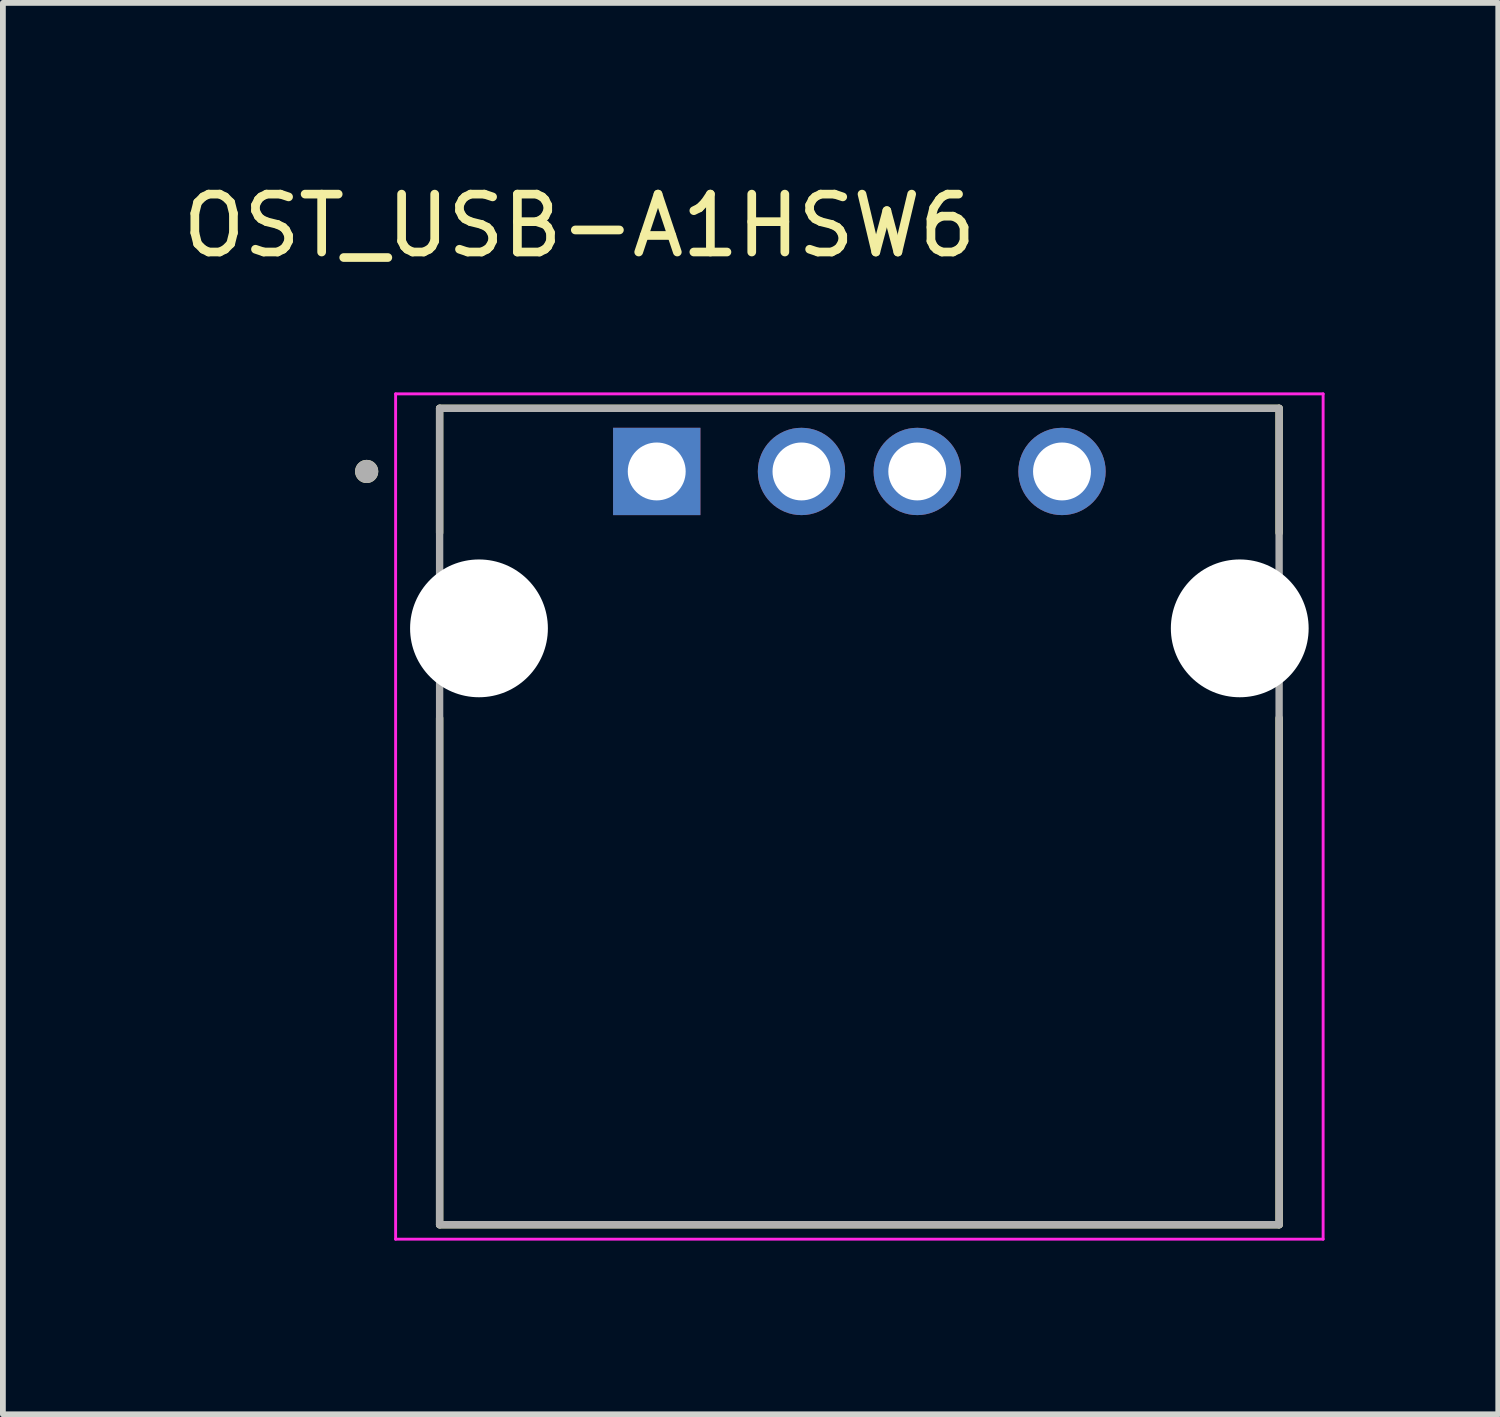
<source format=kicad_pcb>
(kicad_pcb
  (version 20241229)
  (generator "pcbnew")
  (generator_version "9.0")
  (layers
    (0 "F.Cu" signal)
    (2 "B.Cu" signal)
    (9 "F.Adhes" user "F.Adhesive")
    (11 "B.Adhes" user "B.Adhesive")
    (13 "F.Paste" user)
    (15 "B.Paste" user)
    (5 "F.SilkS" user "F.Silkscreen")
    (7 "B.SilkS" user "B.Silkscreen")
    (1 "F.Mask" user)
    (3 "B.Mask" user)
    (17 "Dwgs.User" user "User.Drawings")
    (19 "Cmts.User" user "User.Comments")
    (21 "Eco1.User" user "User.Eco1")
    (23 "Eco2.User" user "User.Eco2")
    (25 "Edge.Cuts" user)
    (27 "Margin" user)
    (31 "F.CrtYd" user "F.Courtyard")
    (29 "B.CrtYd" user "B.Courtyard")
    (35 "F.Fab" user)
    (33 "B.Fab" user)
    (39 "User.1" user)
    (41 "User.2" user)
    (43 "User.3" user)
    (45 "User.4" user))
  (footprint "OST_USB-A1HSW6"
    (layer "F.Cu")
    (at 11.793 7.803)
    (property "Reference" "OST_USB-A1HSW6" (at -4.835 -6.955 0) (layer "F.SilkS") (effects (font (size 1 1) (thickness 0.15))))
    (attr through_hole)
    (fp_line (start -7.25 -3.8) (end -7.25 -1.65) (stroke (width 0.127) (type solid)) (layer "F.SilkS"))
    (fp_line (start -7.25 -3.8) (end 7.25 -3.8) (stroke (width 0.127) (type solid)) (layer "F.SilkS"))
    (fp_line (start -7.25 1.55) (end -7.25 10.3) (stroke (width 0.127) (type solid)) (layer "F.SilkS"))
    (fp_line (start -7.25 10.3) (end 7.25 10.3) (stroke (width 0.127) (type solid)) (layer "F.SilkS"))
    (fp_line (start 7.25 -3.8) (end 7.25 -1.65) (stroke (width 0.127) (type solid)) (layer "F.SilkS"))
    (fp_line (start 7.25 10.3) (end 7.25 1.55) (stroke (width 0.127) (type solid)) (layer "F.SilkS"))
    (fp_circle (center -8.51 -2.71) (end -8.41 -2.71) (stroke (width 0.2) (type solid)) (fill no) (layer "F.SilkS"))
    (fp_line (start -8.01 -4.05) (end -8.01 10.55) (stroke (width 0.05) (type solid)) (layer "F.CrtYd"))
    (fp_line (start -8.01 10.55) (end 8.01 10.55) (stroke (width 0.05) (type solid)) (layer "F.CrtYd"))
    (fp_line (start 8.01 -4.05) (end -8.01 -4.05) (stroke (width 0.05) (type solid)) (layer "F.CrtYd"))
    (fp_line (start 8.01 10.55) (end 8.01 -4.05) (stroke (width 0.05) (type solid)) (layer "F.CrtYd"))
    (fp_line (start -7.25 -3.8) (end 7.25 -3.8) (stroke (width 0.127) (type solid)) (layer "F.Fab"))
    (fp_line (start -7.25 10.3) (end -7.25 -3.8) (stroke (width 0.127) (type solid)) (layer "F.Fab"))
    (fp_line (start 7.25 -3.8) (end 7.25 10.3) (stroke (width 0.127) (type solid)) (layer "F.Fab"))
    (fp_line (start 7.25 10.3) (end -7.25 10.3) (stroke (width 0.127) (type solid)) (layer "F.Fab"))
    (fp_circle (center -8.51 -2.71) (end -8.41 -2.71) (stroke (width 0.2) (type solid)) (fill no) (layer "F.Fab"))
    (pad "" np_thru_hole circle (at -6.57 0) (size 2.38 2.38) (drill 2.38) (layers "*.Cu" "*.Mask"))
    (pad "" np_thru_hole circle (at 6.57 0) (size 2.38 2.38) (drill 2.38) (layers "*.Cu" "*.Mask"))
    (pad "1" thru_hole rect (at -3.5 -2.71) (size 1.508 1.508) (drill 1) (layers "*.Cu" "*.Mask"))
    (pad "2" thru_hole circle (at -1 -2.71) (size 1.508 1.508) (drill 1) (layers "*.Cu" "*.Mask"))
    (pad "3" thru_hole circle (at 1 -2.71) (size 1.508 1.508) (drill 1) (layers "*.Cu" "*.Mask"))
    (pad "4" thru_hole circle (at 3.5 -2.71) (size 1.508 1.508) (drill 1) (layers "*.Cu" "*.Mask")))
  (gr_rect
    (start -3 -3)
    (end 22.828 21.378)
    (stroke (width 0.1) (type default))
    (fill no)
    (layer "Edge.Cuts")))
</source>
